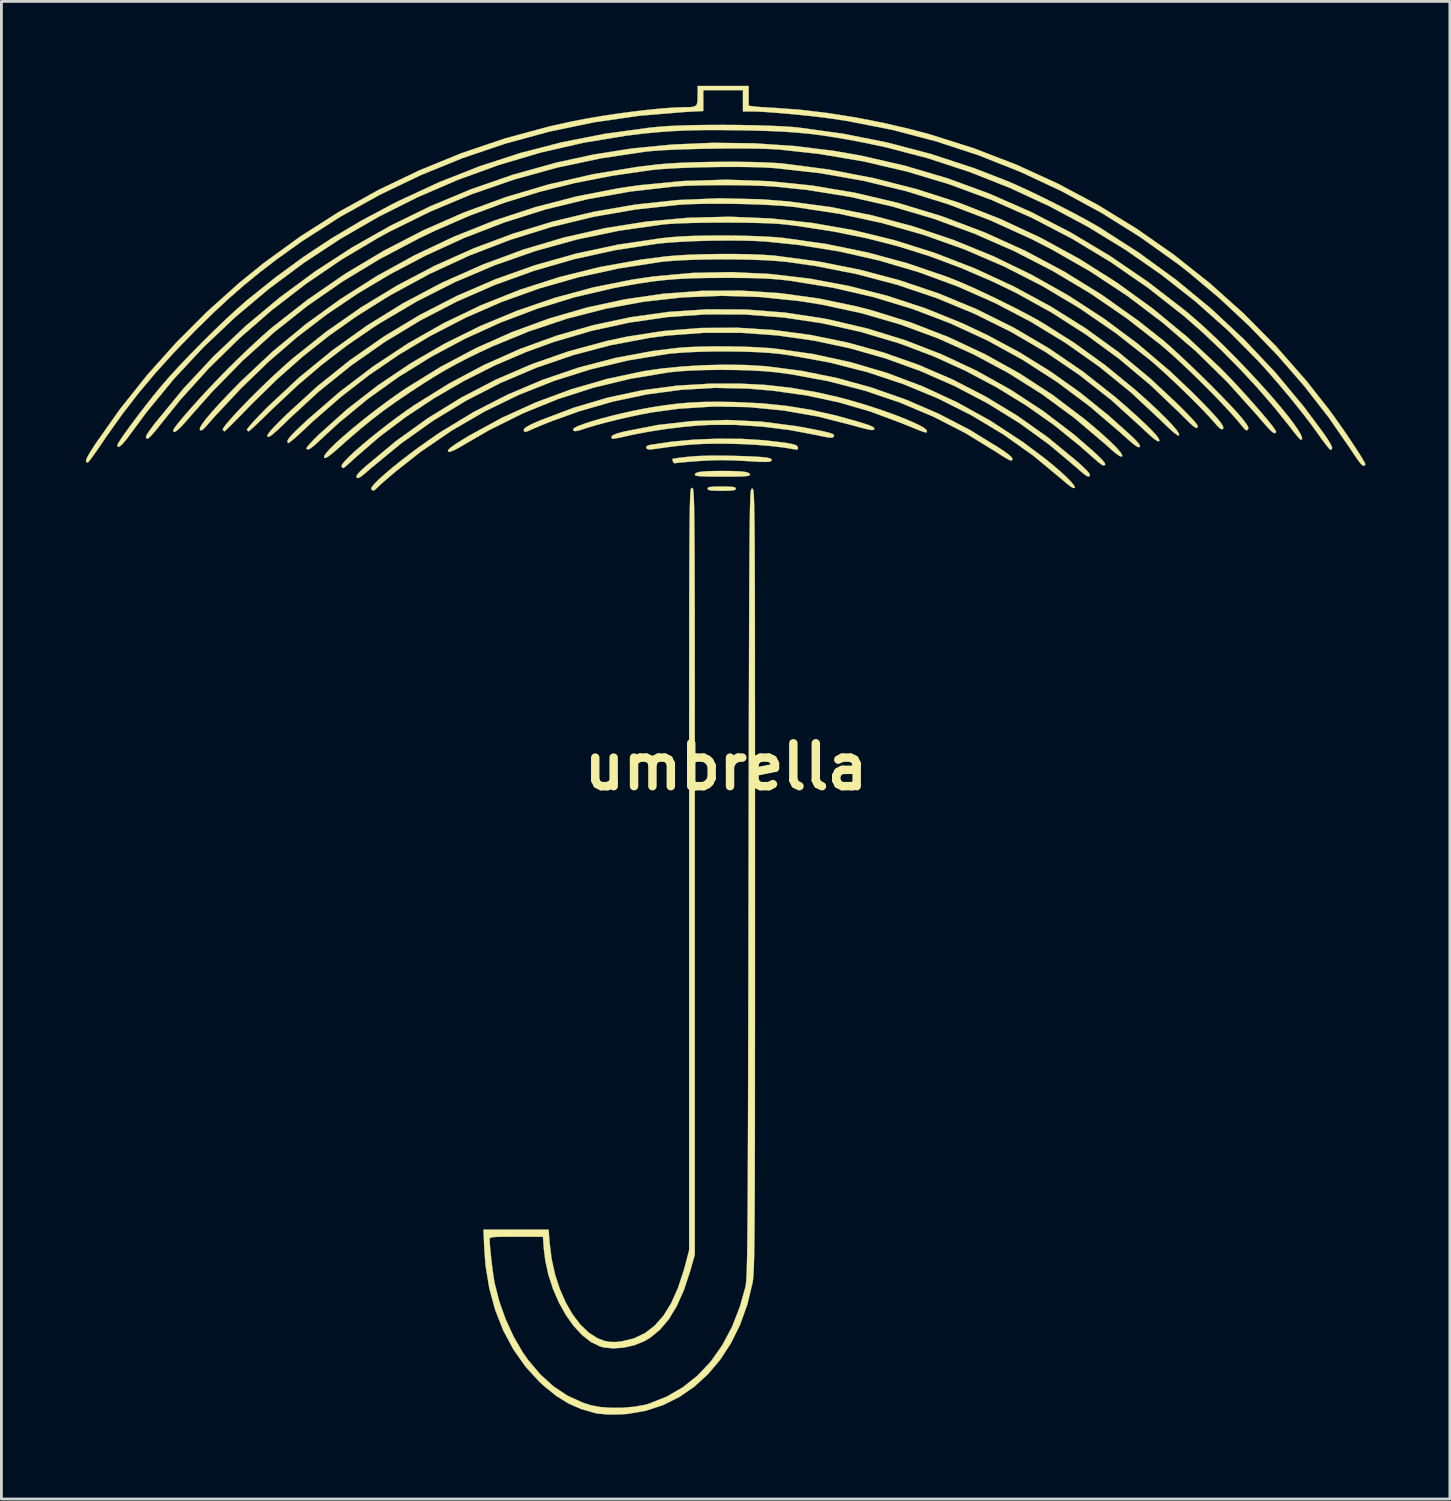
<source format=kicad_pcb>
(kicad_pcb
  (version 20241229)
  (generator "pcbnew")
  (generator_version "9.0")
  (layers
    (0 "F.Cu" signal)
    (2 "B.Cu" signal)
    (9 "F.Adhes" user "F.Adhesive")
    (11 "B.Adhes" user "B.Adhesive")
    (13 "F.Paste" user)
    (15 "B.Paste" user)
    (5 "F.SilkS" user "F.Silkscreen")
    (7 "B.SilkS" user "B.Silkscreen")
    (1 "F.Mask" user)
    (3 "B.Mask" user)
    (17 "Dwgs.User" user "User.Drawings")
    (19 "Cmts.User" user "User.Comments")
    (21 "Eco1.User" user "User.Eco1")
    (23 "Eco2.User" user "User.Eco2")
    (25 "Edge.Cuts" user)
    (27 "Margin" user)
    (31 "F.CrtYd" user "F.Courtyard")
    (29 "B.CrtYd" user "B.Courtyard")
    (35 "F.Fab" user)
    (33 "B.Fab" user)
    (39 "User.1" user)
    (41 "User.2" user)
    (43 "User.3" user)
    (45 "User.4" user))
  (footprint "umbrella"
    (layer "F.Cu")
    (at 22.747 24.198)
    (property "Reference" "umbrella" (at 0 0 0) (layer "F.SilkS") (effects (font (size 1.524 1.524) (thickness 0.3))))
    (attr through_hole)
    (fp_poly (pts (xy 0.084 -9.956) (xy 0.234 -9.947) (xy 0.317 -9.929) (xy 0.35 -9.899) (xy 0.352 -9.883) (xy 0.335 -9.848) (xy 0.275 -9.826) (xy 0.153 -9.813) (xy -0.046 -9.808) (xy -0.151 -9.808) (xy -0.385 -9.81) (xy -0.536 -9.82) (xy -0.619 -9.838) (xy -0.651 -9.868) (xy -0.654 -9.883) (xy -0.637 -9.919) (xy -0.576 -9.941) (xy -0.455 -9.954) (xy -0.256 -9.958) (xy -0.151 -9.959) (xy 0.084 -9.956)) (stroke (width 0.01) (type solid)) (fill yes) (layer "F.SilkS"))
    (fp_poly (pts (xy 0.23 -10.509) (xy 0.495 -10.498) (xy 0.68 -10.479) (xy 0.794 -10.449) (xy 0.848 -10.408) (xy 0.855 -10.38) (xy 0.838 -10.356) (xy 0.78 -10.337) (xy 0.669 -10.325) (xy 0.493 -10.317) (xy 0.24 -10.312) (xy -0.1 -10.311) (xy -0.126 -10.311) (xy -0.472 -10.312) (xy -0.73 -10.316) (xy -0.911 -10.324) (xy -1.026 -10.336) (xy -1.087 -10.354) (xy -1.106 -10.378) (xy -1.107 -10.38) (xy -1.082 -10.428) (xy -1.003 -10.464) (xy -0.859 -10.488) (xy -0.64 -10.504) (xy -0.337 -10.511) (xy -0.126 -10.512) (xy 0.23 -10.509)) (stroke (width 0.01) (type solid)) (fill yes) (layer "F.SilkS"))
    (fp_poly (pts (xy 0.563 -11.653) (xy 1.371 -11.603) (xy 2.119 -11.512) (xy 2.187 -11.501) (xy 2.381 -11.463) (xy 2.495 -11.424) (xy 2.547 -11.376) (xy 2.557 -11.347) (xy 2.557 -11.285) (xy 2.505 -11.27) (xy 2.407 -11.286) (xy 2.043 -11.346) (xy 1.601 -11.398) (xy 1.107 -11.439) (xy 0.582 -11.467) (xy 0.051 -11.481) (xy -0.101 -11.482) (xy -0.473 -11.481) (xy -0.798 -11.474) (xy -1.1 -11.46) (xy -1.404 -11.436) (xy -1.732 -11.401) (xy -2.11 -11.353) (xy -2.561 -11.29) (xy -2.595 -11.285) (xy -2.739 -11.275) (xy -2.812 -11.301) (xy -2.831 -11.331) (xy -2.822 -11.392) (xy -2.728 -11.431) (xy -2.7 -11.437) (xy -1.936 -11.552) (xy -1.119 -11.627) (xy -0.276 -11.66) (xy 0.563 -11.653)) (stroke (width 0.01) (type solid)) (fill yes) (layer "F.SilkS"))
    (fp_poly (pts (xy -0.042 -11.056) (xy 0.302 -11.049) (xy 0.721 -11.036) (xy 1.048 -11.021) (xy 1.292 -11.005) (xy 1.463 -10.984) (xy 1.569 -10.958) (xy 1.619 -10.927) (xy 1.623 -10.888) (xy 1.616 -10.874) (xy 1.583 -10.851) (xy 1.512 -10.837) (xy 1.389 -10.833) (xy 1.2 -10.837) (xy 0.934 -10.851) (xy 0.704 -10.866) (xy 0.224 -10.89) (xy -0.205 -10.897) (xy -0.63 -10.885) (xy -0.975 -10.864) (xy -1.25 -10.843) (xy -1.489 -10.823) (xy -1.675 -10.805) (xy -1.789 -10.791) (xy -1.816 -10.785) (xy -1.86 -10.806) (xy -1.882 -10.846) (xy -1.902 -10.924) (xy -1.899 -10.943) (xy -1.846 -10.954) (xy -1.714 -10.973) (xy -1.524 -10.996) (xy -1.332 -11.018) (xy -0.987 -11.044) (xy -0.553 -11.057) (xy -0.042 -11.056)) (stroke (width 0.01) (type solid)) (fill yes) (layer "F.SilkS"))
    (fp_poly (pts (xy 1.265 -12.265) (xy 2.506 -12.105) (xy 2.978 -12.019) (xy 3.3 -11.954) (xy 3.535 -11.903) (xy 3.695 -11.862) (xy 3.791 -11.826) (xy 3.836 -11.793) (xy 3.841 -11.757) (xy 3.827 -11.727) (xy 3.791 -11.702) (xy 3.716 -11.696) (xy 3.585 -11.712) (xy 3.383 -11.751) (xy 3.214 -11.788) (xy 2.262 -11.967) (xy 1.294 -12.088) (xy 0.336 -12.15) (xy -0.585 -12.149) (xy -1.005 -12.126) (xy -1.569 -12.074) (xy -2.163 -11.999) (xy -2.751 -11.907) (xy -3.297 -11.803) (xy -3.633 -11.728) (xy -3.818 -11.687) (xy -3.962 -11.661) (xy -4.041 -11.657) (xy -4.048 -11.659) (xy -4.075 -11.721) (xy -4.023 -11.78) (xy -3.885 -11.84) (xy -3.654 -11.904) (xy -3.634 -11.909) (xy -2.427 -12.146) (xy -1.205 -12.285) (xy 0.027 -12.324) (xy 1.265 -12.265)) (stroke (width 0.01) (type solid)) (fill yes) (layer "F.SilkS"))
    (fp_poly (pts (xy 0.3 -12.962) (xy 1.255 -12.917) (xy 2.151 -12.826) (xy 3.022 -12.684) (xy 3.899 -12.486) (xy 4.602 -12.291) (xy 4.887 -12.205) (xy 5.085 -12.138) (xy 5.208 -12.085) (xy 5.268 -12.042) (xy 5.274 -12.002) (xy 5.253 -11.973) (xy 5.183 -11.966) (xy 5.026 -11.993) (xy 4.788 -12.052) (xy 4.526 -12.126) (xy 3.289 -12.443) (xy 2.048 -12.661) (xy 0.807 -12.781) (xy -0.431 -12.803) (xy -1.661 -12.725) (xy -2.606 -12.597) (xy -2.977 -12.528) (xy -3.389 -12.442) (xy -3.816 -12.345) (xy -4.232 -12.242) (xy -4.611 -12.141) (xy -4.926 -12.047) (xy -5.023 -12.015) (xy -5.224 -11.95) (xy -5.349 -11.926) (xy -5.413 -11.939) (xy -5.432 -11.991) (xy -5.432 -11.994) (xy -5.385 -12.044) (xy -5.251 -12.11) (xy -5.044 -12.188) (xy -4.776 -12.275) (xy -4.46 -12.367) (xy -4.108 -12.461) (xy -3.732 -12.553) (xy -3.346 -12.639) (xy -2.961 -12.717) (xy -2.666 -12.771) (xy -2.161 -12.849) (xy -1.696 -12.907) (xy -1.242 -12.945) (xy -0.773 -12.966) (xy -0.258 -12.97) (xy 0.3 -12.962)) (stroke (width 0.01) (type solid)) (fill yes) (layer "F.SilkS"))
    (fp_poly (pts (xy 1.431 -13.567) (xy 2.348 -13.463) (xy 3.261 -13.303) (xy 4.027 -13.127) (xy 4.426 -13.02) (xy 4.836 -12.9) (xy 5.246 -12.77) (xy 5.644 -12.635) (xy 6.018 -12.5) (xy 6.357 -12.368) (xy 6.649 -12.244) (xy 6.883 -12.133) (xy 7.046 -12.039) (xy 7.128 -11.967) (xy 7.134 -11.951) (xy 7.14 -11.912) (xy 7.135 -11.888) (xy 7.105 -11.881) (xy 7.04 -11.895) (xy 6.928 -11.933) (xy 6.757 -12) (xy 6.515 -12.098) (xy 6.213 -12.222) (xy 5.121 -12.627) (xy 4.012 -12.95) (xy 2.872 -13.194) (xy 1.686 -13.362) (xy 0.792 -13.439) (xy -0.39 -13.465) (xy -1.591 -13.396) (xy -2.802 -13.234) (xy -4.013 -12.979) (xy -5.216 -12.633) (xy -6.217 -12.272) (xy -6.461 -12.174) (xy -6.684 -12.082) (xy -6.863 -12.005) (xy -6.973 -11.955) (xy -6.978 -11.953) (xy -7.088 -11.908) (xy -7.157 -11.903) (xy -7.161 -11.906) (xy -7.19 -11.962) (xy -7.161 -12.022) (xy -7.063 -12.094) (xy -6.888 -12.184) (xy -6.627 -12.299) (xy -5.419 -12.757) (xy -4.206 -13.117) (xy -2.981 -13.379) (xy -1.735 -13.545) (xy -0.526 -13.616) (xy 0.483 -13.617) (xy 1.431 -13.567)) (stroke (width 0.01) (type solid)) (fill yes) (layer "F.SilkS"))
    (fp_poly (pts (xy 0.713 -14.278) (xy 1.39 -14.237) (xy 1.433 -14.233) (xy 2.692 -14.07) (xy 3.947 -13.816) (xy 5.184 -13.473) (xy 6.394 -13.048) (xy 7.565 -12.542) (xy 8.684 -11.962) (xy 9.742 -11.31) (xy 9.871 -11.223) (xy 10.058 -11.086) (xy 10.161 -10.988) (xy 10.186 -10.923) (xy 10.138 -10.882) (xy 10.131 -10.88) (xy 10.073 -10.9) (xy 9.951 -10.967) (xy 9.782 -11.07) (xy 9.591 -11.194) (xy 8.507 -11.859) (xy 7.365 -12.444) (xy 6.171 -12.947) (xy 4.93 -13.366) (xy 3.65 -13.699) (xy 2.335 -13.944) (xy 1.811 -14.015) (xy 1.392 -14.055) (xy 0.904 -14.084) (xy 0.372 -14.1) (xy -0.18 -14.105) (xy -0.726 -14.099) (xy -1.243 -14.08) (xy -1.705 -14.05) (xy -2.037 -14.015) (xy -3.391 -13.789) (xy -4.703 -13.473) (xy -5.974 -13.065) (xy -7.206 -12.564) (xy -8.4 -11.971) (xy -9.248 -11.481) (xy -9.502 -11.332) (xy -9.694 -11.234) (xy -9.817 -11.191) (xy -9.852 -11.192) (xy -9.883 -11.223) (xy -9.858 -11.275) (xy -9.771 -11.353) (xy -9.615 -11.464) (xy -9.383 -11.611) (xy -9.107 -11.778) (xy -7.957 -12.405) (xy -6.754 -12.951) (xy -5.509 -13.411) (xy -4.232 -13.782) (xy -2.938 -14.058) (xy -2.277 -14.154) (xy -1.551 -14.225) (xy -0.789 -14.271) (xy -0.024 -14.289) (xy 0.713 -14.278)) (stroke (width 0.01) (type solid)) (fill yes) (layer "F.SilkS"))
    (fp_poly (pts (xy 1.711 -15.519) (xy 3.018 -15.344) (xy 4.312 -15.079) (xy 5.587 -14.726) (xy 6.836 -14.287) (xy 8.053 -13.763) (xy 9.231 -13.156) (xy 10.364 -12.468) (xy 11.447 -11.701) (xy 12.471 -10.857) (xy 12.563 -10.775) (xy 12.749 -10.602) (xy 12.867 -10.482) (xy 12.924 -10.401) (xy 12.932 -10.348) (xy 12.922 -10.331) (xy 12.883 -10.312) (xy 12.817 -10.335) (xy 12.713 -10.41) (xy 12.556 -10.544) (xy 12.481 -10.612) (xy 11.478 -11.455) (xy 10.414 -12.224) (xy 9.295 -12.915) (xy 8.13 -13.527) (xy 6.924 -14.058) (xy 5.685 -14.506) (xy 4.419 -14.868) (xy 3.133 -15.143) (xy 1.835 -15.328) (xy 0.53 -15.422) (xy -0.774 -15.422) (xy -2.07 -15.326) (xy -2.716 -15.241) (xy -4.086 -14.983) (xy -5.425 -14.63) (xy -6.731 -14.183) (xy -7.998 -13.645) (xy -9.225 -13.015) (xy -10.408 -12.297) (xy -11.543 -11.491) (xy -12.628 -10.6) (xy -12.713 -10.525) (xy -12.885 -10.376) (xy -13 -10.29) (xy -13.073 -10.259) (xy -13.117 -10.273) (xy -13.121 -10.278) (xy -13.131 -10.325) (xy -13.092 -10.396) (xy -12.993 -10.504) (xy -12.824 -10.66) (xy -12.813 -10.67) (xy -11.726 -11.574) (xy -10.59 -12.391) (xy -9.405 -13.12) (xy -8.175 -13.759) (xy -6.9 -14.309) (xy -5.584 -14.767) (xy -4.227 -15.134) (xy -3.521 -15.285) (xy -2.225 -15.487) (xy -0.917 -15.593) (xy 0.397 -15.603) (xy 1.711 -15.519)) (stroke (width 0.01) (type solid)) (fill yes) (layer "F.SilkS"))
    (fp_poly (pts (xy 0.716 -16.249) (xy 2.084 -16.142) (xy 3.449 -15.936) (xy 3.672 -15.893) (xy 5.041 -15.57) (xy 6.376 -15.156) (xy 7.671 -14.654) (xy 8.922 -14.066) (xy 10.123 -13.396) (xy 11.269 -12.645) (xy 12.355 -11.817) (xy 13.01 -11.251) (xy 13.226 -11.052) (xy 13.371 -10.907) (xy 13.452 -10.808) (xy 13.477 -10.747) (xy 13.469 -10.726) (xy 13.42 -10.704) (xy 13.34 -10.74) (xy 13.212 -10.842) (xy 13.202 -10.852) (xy 13.068 -10.969) (xy 12.888 -11.127) (xy 12.691 -11.299) (xy 12.592 -11.386) (xy 11.672 -12.133) (xy 10.674 -12.836) (xy 9.613 -13.486) (xy 8.506 -14.074) (xy 7.369 -14.59) (xy 6.218 -15.025) (xy 6.136 -15.053) (xy 4.774 -15.458) (xy 3.407 -15.763) (xy 2.037 -15.967) (xy 0.668 -16.072) (xy -0.7 -16.077) (xy -2.064 -15.982) (xy -3.421 -15.787) (xy -4.771 -15.493) (xy -6.11 -15.099) (xy -7.117 -14.733) (xy -8.228 -14.256) (xy -9.32 -13.706) (xy -10.378 -13.092) (xy -11.385 -12.425) (xy -12.327 -11.715) (xy -13.186 -10.971) (xy -13.199 -10.959) (xy -13.357 -10.814) (xy -13.487 -10.698) (xy -13.573 -10.628) (xy -13.597 -10.613) (xy -13.645 -10.649) (xy -13.662 -10.673) (xy -13.644 -10.737) (xy -13.555 -10.851) (xy -13.402 -11.009) (xy -13.196 -11.203) (xy -12.945 -11.423) (xy -12.658 -11.664) (xy -12.346 -11.916) (xy -12.016 -12.173) (xy -11.68 -12.425) (xy -11.345 -12.666) (xy -11.046 -12.871) (xy -9.836 -13.622) (xy -8.592 -14.282) (xy -7.319 -14.848) (xy -6.02 -15.32) (xy -4.7 -15.698) (xy -3.362 -15.981) (xy -2.011 -16.168) (xy -0.65 -16.257) (xy 0.716 -16.249)) (stroke (width 0.01) (type solid)) (fill yes) (layer "F.SilkS"))
    (fp_poly (pts (xy 0.135 -14.938) (xy 0.652 -14.927) (xy 1.138 -14.907) (xy 1.569 -14.878) (xy 1.729 -14.863) (xy 3.087 -14.67) (xy 4.419 -14.381) (xy 5.721 -13.997) (xy 6.988 -13.52) (xy 8.217 -12.951) (xy 9.405 -12.292) (xy 10.547 -11.544) (xy 11.321 -10.965) (xy 11.619 -10.723) (xy 11.881 -10.498) (xy 12.099 -10.297) (xy 12.263 -10.13) (xy 12.366 -10.003) (xy 12.4 -9.925) (xy 12.394 -9.911) (xy 12.344 -9.905) (xy 12.251 -9.956) (xy 12.106 -10.068) (xy 11.941 -10.211) (xy 10.925 -11.053) (xy 9.851 -11.814) (xy 8.719 -12.493) (xy 7.535 -13.088) (xy 6.299 -13.6) (xy 5.015 -14.026) (xy 3.686 -14.365) (xy 2.313 -14.616) (xy 1.936 -14.669) (xy 1.557 -14.707) (xy 1.1 -14.735) (xy 0.591 -14.753) (xy 0.053 -14.76) (xy -0.492 -14.758) (xy -1.019 -14.745) (xy -1.504 -14.721) (xy -1.925 -14.688) (xy -2.087 -14.669) (xy -3.462 -14.443) (xy -4.8 -14.126) (xy -6.098 -13.717) (xy -7.355 -13.219) (xy -8.566 -12.632) (xy -9.731 -11.957) (xy -10.845 -11.195) (xy -11.715 -10.511) (xy -11.928 -10.332) (xy -12.119 -10.167) (xy -12.273 -10.031) (xy -12.372 -9.939) (xy -12.393 -9.916) (xy -12.492 -9.826) (xy -12.562 -9.82) (xy -12.606 -9.868) (xy -12.589 -9.933) (xy -12.498 -10.048) (xy -12.343 -10.204) (xy -12.132 -10.395) (xy -11.875 -10.614) (xy -11.579 -10.852) (xy -11.256 -11.102) (xy -10.913 -11.357) (xy -10.559 -11.609) (xy -10.204 -11.852) (xy -10.135 -11.898) (xy -8.976 -12.602) (xy -7.77 -13.22) (xy -6.522 -13.749) (xy -5.24 -14.186) (xy -3.931 -14.53) (xy -2.601 -14.777) (xy -1.71 -14.887) (xy -1.334 -14.914) (xy -0.883 -14.932) (xy -0.385 -14.94) (xy 0.135 -14.938)) (stroke (width 0.01) (type solid)) (fill yes) (layer "F.SilkS"))
    (fp_poly (pts (xy 1.596 -17.51) (xy 2.987 -17.346) (xy 4.37 -17.087) (xy 5.739 -16.736) (xy 7.086 -16.293) (xy 8.405 -15.759) (xy 9.3 -15.336) (xy 10.453 -14.716) (xy 11.544 -14.04) (xy 12.59 -13.297) (xy 13.608 -12.474) (xy 14.36 -11.801) (xy 14.542 -11.626) (xy 14.655 -11.505) (xy 14.708 -11.424) (xy 14.71 -11.375) (xy 14.702 -11.364) (xy 14.663 -11.355) (xy 14.593 -11.387) (xy 14.482 -11.467) (xy 14.32 -11.603) (xy 14.099 -11.801) (xy 14.049 -11.847) (xy 12.928 -12.806) (xy 11.76 -13.678) (xy 10.545 -14.46) (xy 9.284 -15.153) (xy 7.977 -15.756) (xy 6.627 -16.27) (xy 5.233 -16.693) (xy 3.796 -17.025) (xy 2.319 -17.266) (xy 2.163 -17.285) (xy 1.892 -17.315) (xy 1.608 -17.338) (xy 1.295 -17.355) (xy 0.936 -17.366) (xy 0.513 -17.372) (xy 0.01 -17.374) (xy -0.101 -17.374) (xy -0.725 -17.37) (xy -1.274 -17.356) (xy -1.771 -17.33) (xy -2.24 -17.29) (xy -2.707 -17.233) (xy -3.194 -17.158) (xy -3.727 -17.061) (xy -4.049 -16.998) (xy -5.388 -16.683) (xy -6.708 -16.278) (xy -8.002 -15.789) (xy -9.26 -15.218) (xy -10.473 -14.571) (xy -11.634 -13.853) (xy -12.733 -13.067) (xy -13.761 -12.219) (xy -14.244 -11.775) (xy -14.469 -11.563) (xy -14.633 -11.415) (xy -14.749 -11.323) (xy -14.826 -11.28) (xy -14.876 -11.279) (xy -14.909 -11.31) (xy -14.885 -11.36) (xy -14.8 -11.463) (xy -14.668 -11.606) (xy -14.5 -11.774) (xy -14.472 -11.801) (xy -13.451 -12.716) (xy -12.359 -13.562) (xy -11.204 -14.338) (xy -9.994 -15.039) (xy -8.734 -15.662) (xy -7.432 -16.204) (xy -6.095 -16.662) (xy -4.731 -17.032) (xy -3.345 -17.311) (xy -2.56 -17.426) (xy -1.185 -17.551) (xy 0.203 -17.579) (xy 1.596 -17.51)) (stroke (width 0.01) (type solid)) (fill yes) (layer "F.SilkS"))
    (fp_poly (pts (xy 1.915 -16.831) (xy 3.292 -16.643) (xy 4.661 -16.357) (xy 5.19 -16.219) (xy 6.572 -15.788) (xy 7.909 -15.269) (xy 9.197 -14.666) (xy 10.433 -13.98) (xy 11.611 -13.213) (xy 12.728 -12.366) (xy 12.734 -12.362) (xy 13.095 -12.062) (xy 13.408 -11.789) (xy 13.669 -11.548) (xy 13.872 -11.346) (xy 14.01 -11.189) (xy 14.078 -11.081) (xy 14.079 -11.035) (xy 14.042 -11.022) (xy 13.975 -11.051) (xy 13.867 -11.127) (xy 13.71 -11.258) (xy 13.492 -11.453) (xy 13.463 -11.479) (xy 12.377 -12.399) (xy 11.235 -13.237) (xy 10.041 -13.989) (xy 8.8 -14.655) (xy 7.514 -15.233) (xy 6.188 -15.72) (xy 4.824 -16.116) (xy 3.428 -16.419) (xy 2.615 -16.549) (xy 1.232 -16.693) (xy -0.153 -16.736) (xy -1.537 -16.681) (xy -2.916 -16.527) (xy -4.286 -16.275) (xy -5.643 -15.925) (xy -6.984 -15.479) (xy -8.305 -14.937) (xy -8.741 -14.734) (xy -9.182 -14.519) (xy -9.578 -14.315) (xy -9.952 -14.108) (xy -10.33 -13.885) (xy -10.735 -13.631) (xy -11.194 -13.332) (xy -11.241 -13.3) (xy -11.724 -12.973) (xy -12.155 -12.665) (xy -12.561 -12.355) (xy -12.97 -12.022) (xy -13.408 -11.646) (xy -13.631 -11.448) (xy -13.863 -11.244) (xy -14.032 -11.102) (xy -14.15 -11.015) (xy -14.226 -10.976) (xy -14.271 -10.977) (xy -14.281 -10.986) (xy -14.273 -11.051) (xy -14.19 -11.168) (xy -14.043 -11.328) (xy -13.84 -11.525) (xy -13.588 -11.751) (xy -13.297 -12) (xy -12.975 -12.265) (xy -12.631 -12.537) (xy -12.273 -12.811) (xy -11.91 -13.078) (xy -11.549 -13.331) (xy -11.367 -13.454) (xy -10.145 -14.21) (xy -8.888 -14.876) (xy -7.599 -15.449) (xy -6.285 -15.93) (xy -4.948 -16.318) (xy -3.593 -16.612) (xy -2.225 -16.81) (xy -0.848 -16.914) (xy 0.533 -16.921) (xy 1.915 -16.831)) (stroke (width 0.01) (type solid)) (fill yes) (layer "F.SilkS"))
    (fp_poly (pts (xy 0.805 -18.214) (xy 1.266 -18.196) (xy 1.656 -18.17) (xy 1.735 -18.163) (xy 3.26 -17.961) (xy 4.742 -17.668) (xy 6.181 -17.286) (xy 7.575 -16.815) (xy 8.924 -16.254) (xy 10.226 -15.606) (xy 11.48 -14.869) (xy 12.684 -14.046) (xy 13.838 -13.136) (xy 14.197 -12.825) (xy 14.59 -12.473) (xy 14.905 -12.181) (xy 15.142 -11.947) (xy 15.303 -11.769) (xy 15.389 -11.647) (xy 15.402 -11.579) (xy 15.393 -11.57) (xy 15.344 -11.57) (xy 15.259 -11.618) (xy 15.131 -11.721) (xy 14.949 -11.886) (xy 14.764 -12.062) (xy 13.689 -13.034) (xy 12.555 -13.925) (xy 11.365 -14.734) (xy 10.121 -15.459) (xy 8.826 -16.1) (xy 7.483 -16.656) (xy 6.095 -17.124) (xy 4.664 -17.504) (xy 3.193 -17.794) (xy 2.163 -17.941) (xy 1.8 -17.975) (xy 1.361 -18.002) (xy 0.866 -18.02) (xy 0.335 -18.03) (xy -0.21 -18.032) (xy -0.749 -18.027) (xy -1.262 -18.013) (xy -1.727 -17.991) (xy -2.125 -17.961) (xy -2.314 -17.941) (xy -3.804 -17.709) (xy -5.237 -17.397) (xy -6.619 -17.002) (xy -7.954 -16.524) (xy -9.248 -15.961) (xy -10.507 -15.31) (xy -10.53 -15.297) (xy -11.628 -14.639) (xy -12.675 -13.924) (xy -13.688 -13.139) (xy -14.683 -12.27) (xy -15.019 -11.955) (xy -15.204 -11.783) (xy -15.364 -11.642) (xy -15.485 -11.545) (xy -15.552 -11.503) (xy -15.56 -11.503) (xy -15.584 -11.545) (xy -15.575 -11.601) (xy -15.526 -11.681) (xy -15.429 -11.794) (xy -15.277 -11.949) (xy -15.061 -12.154) (xy -14.876 -12.327) (xy -13.728 -13.323) (xy -12.535 -14.23) (xy -11.298 -15.046) (xy -10.017 -15.772) (xy -8.693 -16.407) (xy -7.328 -16.95) (xy -5.923 -17.402) (xy -4.478 -17.761) (xy -2.995 -18.027) (xy -2.112 -18.139) (xy -1.727 -18.172) (xy -1.27 -18.197) (xy -0.764 -18.214) (xy -0.234 -18.222) (xy 0.297 -18.222) (xy 0.805 -18.214)) (stroke (width 0.01) (type solid)) (fill yes) (layer "F.SilkS"))
    (fp_poly (pts (xy 1.596 -19.486) (xy 3.065 -19.327) (xy 4.527 -19.07) (xy 5.979 -18.716) (xy 7.416 -18.263) (xy 8.837 -17.713) (xy 10.233 -17.066) (xy 11.54 -16.359) (xy 12.777 -15.584) (xy 13.953 -14.733) (xy 15.075 -13.802) (xy 15.967 -12.97) (xy 16.242 -12.698) (xy 16.45 -12.487) (xy 16.6 -12.328) (xy 16.698 -12.214) (xy 16.752 -12.136) (xy 16.768 -12.085) (xy 16.759 -12.059) (xy 16.726 -12.041) (xy 16.673 -12.059) (xy 16.589 -12.12) (xy 16.464 -12.233) (xy 16.289 -12.405) (xy 16.133 -12.563) (xy 15.089 -13.559) (xy 13.974 -14.493) (xy 12.798 -15.356) (xy 11.572 -16.141) (xy 10.308 -16.841) (xy 9.478 -17.242) (xy 8.352 -17.727) (xy 7.242 -18.142) (xy 6.127 -18.493) (xy 4.987 -18.785) (xy 3.802 -19.024) (xy 2.552 -19.216) (xy 2.087 -19.274) (xy 1.837 -19.296) (xy 1.504 -19.313) (xy 1.107 -19.326) (xy 0.664 -19.335) (xy 0.191 -19.339) (xy -0.291 -19.339) (xy -0.767 -19.334) (xy -1.216 -19.325) (xy -1.623 -19.312) (xy -1.967 -19.295) (xy -2.233 -19.273) (xy -2.238 -19.272) (xy -3.781 -19.053) (xy -5.291 -18.738) (xy -6.767 -18.329) (xy -8.207 -17.827) (xy -9.61 -17.232) (xy -10.974 -16.544) (xy -12.297 -15.764) (xy -12.545 -15.605) (xy -13.474 -14.967) (xy -14.362 -14.287) (xy -15.231 -13.546) (xy -16.103 -12.728) (xy -16.144 -12.687) (xy -16.374 -12.463) (xy -16.581 -12.264) (xy -16.752 -12.102) (xy -16.879 -11.986) (xy -16.949 -11.926) (xy -16.959 -11.92) (xy -17.015 -11.956) (xy -17.025 -11.971) (xy -17.001 -12.019) (xy -16.913 -12.127) (xy -16.774 -12.283) (xy -16.592 -12.477) (xy -16.378 -12.697) (xy -16.287 -12.788) (xy -15.17 -13.832) (xy -13.996 -14.793) (xy -12.767 -15.672) (xy -11.484 -16.466) (xy -10.15 -17.173) (xy -10.034 -17.229) (xy -8.623 -17.854) (xy -7.193 -18.382) (xy -5.748 -18.811) (xy -4.291 -19.142) (xy -2.824 -19.375) (xy -1.352 -19.51) (xy 0.122 -19.547) (xy 1.596 -19.486)) (stroke (width 0.01) (type solid)) (fill yes) (layer "F.SilkS"))
    (fp_poly (pts (xy 0.302 -18.876) (xy 0.817 -18.865) (xy 1.3 -18.847) (xy 1.728 -18.822) (xy 2.05 -18.793) (xy 3.552 -18.581) (xy 5.022 -18.28) (xy 6.452 -17.892) (xy 7.835 -17.419) (xy 8.093 -17.319) (xy 8.457 -17.168) (xy 8.884 -16.978) (xy 9.348 -16.761) (xy 9.826 -16.529) (xy 10.294 -16.295) (xy 10.726 -16.069) (xy 11.1 -15.864) (xy 11.231 -15.788) (xy 12.376 -15.066) (xy 13.47 -14.276) (xy 14.533 -13.406) (xy 14.971 -13.016) (xy 15.324 -12.688) (xy 15.615 -12.404) (xy 15.842 -12.167) (xy 16.002 -11.982) (xy 16.091 -11.851) (xy 16.105 -11.779) (xy 16.097 -11.77) (xy 16.033 -11.789) (xy 15.906 -11.884) (xy 15.716 -12.055) (xy 15.461 -12.303) (xy 15.446 -12.318) (xy 14.389 -13.304) (xy 13.267 -14.216) (xy 12.086 -15.05) (xy 10.849 -15.805) (xy 9.563 -16.479) (xy 8.231 -17.069) (xy 6.858 -17.573) (xy 5.45 -17.989) (xy 4.012 -18.316) (xy 2.547 -18.549) (xy 1.408 -18.665) (xy 1.005 -18.687) (xy 0.53 -18.699) (xy 0.007 -18.701) (xy -0.537 -18.695) (xy -1.079 -18.68) (xy -1.595 -18.656) (xy -2.058 -18.625) (xy -2.439 -18.588) (xy -3.931 -18.359) (xy -5.394 -18.038) (xy -6.823 -17.624) (xy -8.215 -17.122) (xy -9.565 -16.532) (xy -10.869 -15.856) (xy -12.124 -15.097) (xy -13.324 -14.256) (xy -14.467 -13.336) (xy -15.497 -12.387) (xy -15.752 -12.139) (xy -15.946 -11.955) (xy -16.088 -11.83) (xy -16.185 -11.755) (xy -16.248 -11.725) (xy -16.284 -11.731) (xy -16.289 -11.735) (xy -16.296 -11.772) (xy -16.266 -11.835) (xy -16.192 -11.93) (xy -16.067 -12.068) (xy -15.882 -12.256) (xy -15.631 -12.504) (xy -15.63 -12.506) (xy -14.522 -13.52) (xy -13.358 -14.452) (xy -12.141 -15.299) (xy -10.873 -16.061) (xy -9.556 -16.737) (xy -8.192 -17.325) (xy -6.785 -17.825) (xy -5.336 -18.234) (xy -3.848 -18.553) (xy -2.323 -18.78) (xy -1.987 -18.817) (xy -1.641 -18.844) (xy -1.217 -18.864) (xy -0.737 -18.875) (xy -0.223 -18.879) (xy 0.302 -18.876)) (stroke (width 0.01) (type solid)) (fill yes) (layer "F.SilkS"))
    (fp_poly (pts (xy 1.252 -20.167) (xy 2.221 -20.091) (xy 3.719 -19.891) (xy 5.2 -19.594) (xy 6.66 -19.202) (xy 8.093 -18.719) (xy 9.493 -18.147) (xy 10.853 -17.489) (xy 12.17 -16.747) (xy 13.436 -15.924) (xy 14.646 -15.023) (xy 15.794 -14.047) (xy 16.575 -13.304) (xy 16.91 -12.967) (xy 17.177 -12.691) (xy 17.381 -12.472) (xy 17.527 -12.302) (xy 17.621 -12.176) (xy 17.668 -12.086) (xy 17.673 -12.028) (xy 17.66 -12.007) (xy 17.614 -11.992) (xy 17.544 -12.033) (xy 17.437 -12.14) (xy 17.343 -12.248) (xy 17.153 -12.46) (xy 16.904 -12.722) (xy 16.611 -13.019) (xy 16.292 -13.332) (xy 15.963 -13.648) (xy 15.641 -13.949) (xy 15.342 -14.22) (xy 15.088 -14.44) (xy 13.853 -15.41) (xy 12.574 -16.29) (xy 11.252 -17.079) (xy 9.887 -17.777) (xy 8.48 -18.384) (xy 7.032 -18.899) (xy 5.544 -19.322) (xy 4.017 -19.653) (xy 2.452 -19.891) (xy 2.393 -19.898) (xy 2.034 -19.932) (xy 1.596 -19.961) (xy 1.103 -19.983) (xy 0.578 -19.999) (xy 0.042 -20.008) (xy -0.482 -20.009) (xy -0.971 -20.002) (xy -1.402 -19.988) (xy -1.66 -19.972) (xy -3.2 -19.805) (xy -4.718 -19.541) (xy -6.212 -19.179) (xy -7.678 -18.721) (xy -9.115 -18.168) (xy -10.52 -17.52) (xy -11.888 -16.779) (xy -12.096 -16.656) (xy -13.13 -16.006) (xy -14.102 -15.32) (xy -15.032 -14.583) (xy -15.94 -13.781) (xy -16.846 -12.897) (xy -16.965 -12.774) (xy -17.198 -12.534) (xy -17.409 -12.32) (xy -17.586 -12.142) (xy -17.72 -12.01) (xy -17.801 -11.935) (xy -17.82 -11.92) (xy -17.87 -11.956) (xy -17.882 -11.972) (xy -17.863 -12.032) (xy -17.778 -12.151) (xy -17.637 -12.319) (xy -17.448 -12.53) (xy -17.22 -12.772) (xy -16.961 -13.038) (xy -16.68 -13.319) (xy -16.386 -13.606) (xy -16.088 -13.889) (xy -15.794 -14.16) (xy -15.513 -14.411) (xy -15.388 -14.518) (xy -14.203 -15.463) (xy -12.963 -16.328) (xy -11.674 -17.11) (xy -10.342 -17.808) (xy -8.971 -18.421) (xy -7.567 -18.946) (xy -6.135 -19.382) (xy -4.681 -19.727) (xy -3.21 -19.98) (xy -1.727 -20.139) (xy -0.238 -20.202) (xy 1.252 -20.167)) (stroke (width 0.01) (type solid)) (fill yes) (layer "F.SilkS"))
    (fp_poly (pts (xy 1.548 -20.809) (xy 3.068 -20.654) (xy 4.583 -20.399) (xy 6.093 -20.044) (xy 7.596 -19.588) (xy 7.736 -19.541) (xy 9.213 -18.981) (xy 10.644 -18.332) (xy 12.028 -17.593) (xy 13.367 -16.765) (xy 14.659 -15.847) (xy 15.517 -15.169) (xy 15.746 -14.972) (xy 16.022 -14.722) (xy 16.331 -14.433) (xy 16.661 -14.118) (xy 16.998 -13.79) (xy 17.329 -13.461) (xy 17.639 -13.146) (xy 17.916 -12.858) (xy 18.146 -12.61) (xy 18.315 -12.414) (xy 18.325 -12.402) (xy 18.463 -12.226) (xy 18.54 -12.108) (xy 18.566 -12.032) (xy 18.55 -11.984) (xy 18.502 -11.953) (xy 18.443 -11.986) (xy 18.362 -12.081) (xy 18.163 -12.322) (xy 17.901 -12.616) (xy 17.592 -12.948) (xy 17.248 -13.303) (xy 16.883 -13.669) (xy 16.512 -14.03) (xy 16.149 -14.374) (xy 15.807 -14.686) (xy 15.5 -14.952) (xy 15.466 -14.981) (xy 14.232 -15.944) (xy 12.945 -16.824) (xy 11.612 -17.619) (xy 10.236 -18.327) (xy 8.823 -18.947) (xy 7.378 -19.476) (xy 5.904 -19.912) (xy 4.408 -20.253) (xy 2.893 -20.498) (xy 1.713 -20.62) (xy 1.355 -20.641) (xy 0.926 -20.657) (xy 0.451 -20.666) (xy -0.046 -20.67) (xy -0.542 -20.667) (xy -1.013 -20.659) (xy -1.436 -20.645) (xy -1.786 -20.624) (xy -1.836 -20.62) (xy -3.399 -20.441) (xy -4.923 -20.169) (xy -6.415 -19.804) (xy -7.879 -19.343) (xy -9.319 -18.786) (xy -10.688 -18.158) (xy -11.922 -17.509) (xy -13.082 -16.819) (xy -14.18 -16.079) (xy -15.228 -15.278) (xy -16.237 -14.408) (xy -17.221 -13.459) (xy -18.191 -12.422) (xy -18.491 -12.081) (xy -18.591 -11.98) (xy -18.657 -11.953) (xy -18.695 -11.975) (xy -18.692 -12.043) (xy -18.617 -12.174) (xy -18.473 -12.366) (xy -18.263 -12.615) (xy -17.989 -12.918) (xy -17.654 -13.271) (xy -17.261 -13.672) (xy -17.227 -13.706) (xy -16.116 -14.751) (xy -14.937 -15.724) (xy -13.698 -16.622) (xy -12.403 -17.442) (xy -11.059 -18.181) (xy -9.672 -18.836) (xy -8.246 -19.405) (xy -6.789 -19.884) (xy -5.307 -20.27) (xy -3.804 -20.562) (xy -3.051 -20.67) (xy -1.512 -20.817) (xy 0.021 -20.863) (xy 1.548 -20.809)) (stroke (width 0.01) (type solid)) (fill yes) (layer "F.SilkS"))
    (fp_poly (pts (xy 0.983 -22.156) (xy 2.42 -22.061) (xy 3.826 -21.889) (xy 4.778 -21.723) (xy 6.344 -21.364) (xy 7.874 -20.911) (xy 9.37 -20.363) (xy 10.83 -19.721) (xy 12.255 -18.985) (xy 13.644 -18.156) (xy 14.997 -17.232) (xy 16.314 -16.215) (xy 16.422 -16.125) (xy 16.741 -15.852) (xy 17.079 -15.547) (xy 17.43 -15.216) (xy 17.788 -14.866) (xy 18.146 -14.504) (xy 18.499 -14.137) (xy 18.842 -13.771) (xy 19.167 -13.412) (xy 19.47 -13.068) (xy 19.744 -12.745) (xy 19.983 -12.45) (xy 20.181 -12.189) (xy 20.334 -11.969) (xy 20.433 -11.797) (xy 20.475 -11.679) (xy 20.452 -11.623) (xy 20.428 -11.619) (xy 20.385 -11.656) (xy 20.295 -11.759) (xy 20.17 -11.912) (xy 20.025 -12.099) (xy 20.017 -12.109) (xy 19.485 -12.773) (xy 18.888 -13.463) (xy 18.245 -14.156) (xy 17.58 -14.828) (xy 16.914 -15.458) (xy 16.271 -16.02) (xy 14.993 -17.023) (xy 13.669 -17.938) (xy 12.301 -18.763) (xy 10.891 -19.498) (xy 9.442 -20.141) (xy 7.958 -20.692) (xy 6.44 -21.149) (xy 4.892 -21.512) (xy 3.315 -21.778) (xy 1.89 -21.934) (xy 1.587 -21.952) (xy 1.205 -21.964) (xy 0.761 -21.971) (xy 0.275 -21.973) (xy -0.237 -21.97) (xy -0.756 -21.962) (xy -1.265 -21.949) (xy -1.745 -21.933) (xy -2.179 -21.913) (xy -2.549 -21.889) (xy -2.837 -21.862) (xy -2.846 -21.861) (xy -4.452 -21.62) (xy -6.015 -21.288) (xy -7.54 -20.864) (xy -9.031 -20.348) (xy -10.493 -19.736) (xy -11.931 -19.029) (xy -12.373 -18.789) (xy -13.671 -18.016) (xy -14.929 -17.159) (xy -16.139 -16.226) (xy -17.29 -15.225) (xy -18.374 -14.163) (xy -19.382 -13.048) (xy -20.151 -12.093) (xy -20.294 -11.913) (xy -20.42 -11.771) (xy -20.514 -11.681) (xy -20.56 -11.657) (xy -20.603 -11.681) (xy -20.611 -11.725) (xy -20.58 -11.8) (xy -20.502 -11.921) (xy -20.371 -12.099) (xy -20.265 -12.237) (xy -19.271 -13.447) (xy -18.202 -14.592) (xy -17.064 -15.668) (xy -15.861 -16.673) (xy -14.599 -17.604) (xy -13.282 -18.458) (xy -11.915 -19.231) (xy -10.502 -19.922) (xy -9.049 -20.527) (xy -7.559 -21.043) (xy -6.039 -21.467) (xy -4.703 -21.758) (xy -3.329 -21.974) (xy -1.911 -22.112) (xy -0.467 -22.173) (xy 0.983 -22.156)) (stroke (width 0.01) (type solid)) (fill yes) (layer "F.SilkS"))
    (fp_poly (pts (xy 0.44 -21.497) (xy 0.947 -21.49) (xy 1.408 -21.476) (xy 1.804 -21.455) (xy 2.037 -21.436) (xy 3.658 -21.224) (xy 5.244 -20.92) (xy 6.793 -20.523) (xy 8.302 -20.037) (xy 9.769 -19.46) (xy 11.191 -18.796) (xy 12.567 -18.044) (xy 13.893 -17.206) (xy 15.168 -16.283) (xy 16.389 -15.276) (xy 17.554 -14.187) (xy 17.557 -14.184) (xy 17.79 -13.946) (xy 18.04 -13.684) (xy 18.298 -13.407) (xy 18.553 -13.125) (xy 18.798 -12.849) (xy 19.023 -12.59) (xy 19.22 -12.357) (xy 19.378 -12.162) (xy 19.49 -12.013) (xy 19.546 -11.922) (xy 19.551 -11.901) (xy 19.525 -11.859) (xy 19.481 -11.856) (xy 19.412 -11.899) (xy 19.308 -11.997) (xy 19.162 -12.156) (xy 18.966 -12.383) (xy 18.861 -12.507) (xy 17.812 -13.675) (xy 16.694 -14.77) (xy 15.51 -15.789) (xy 14.262 -16.733) (xy 12.952 -17.597) (xy 11.582 -18.382) (xy 10.839 -18.762) (xy 9.381 -19.424) (xy 7.907 -19.987) (xy 6.414 -20.452) (xy 4.9 -20.82) (xy 3.359 -21.092) (xy 1.79 -21.269) (xy 1.66 -21.279) (xy 1.314 -21.299) (xy 0.894 -21.311) (xy 0.421 -21.317) (xy -0.086 -21.316) (xy -0.606 -21.309) (xy -1.121 -21.296) (xy -1.61 -21.279) (xy -2.053 -21.256) (xy -2.431 -21.228) (xy -2.666 -21.203) (xy -4.054 -21.001) (xy -5.371 -20.743) (xy -6.637 -20.427) (xy -7.869 -20.045) (xy -9.085 -19.594) (xy -10.302 -19.067) (xy -10.94 -18.762) (xy -12.324 -18.032) (xy -13.632 -17.239) (xy -14.872 -16.379) (xy -16.049 -15.446) (xy -17.172 -14.434) (xy -18.248 -13.337) (xy -18.983 -12.51) (xy -19.212 -12.246) (xy -19.387 -12.058) (xy -19.512 -11.943) (xy -19.592 -11.895) (xy -19.633 -11.911) (xy -19.641 -11.957) (xy -19.607 -12.024) (xy -19.512 -12.154) (xy -19.364 -12.337) (xy -19.173 -12.562) (xy -18.945 -12.819) (xy -18.692 -13.1) (xy -18.421 -13.394) (xy -18.14 -13.69) (xy -17.86 -13.981) (xy -17.633 -14.21) (xy -17.345 -14.493) (xy -17.043 -14.783) (xy -16.744 -15.063) (xy -16.469 -15.315) (xy -16.236 -15.522) (xy -16.145 -15.599) (xy -14.867 -16.599) (xy -13.544 -17.51) (xy -12.176 -18.33) (xy -10.766 -19.059) (xy -9.315 -19.697) (xy -7.826 -20.243) (xy -6.298 -20.696) (xy -4.735 -21.055) (xy -3.138 -21.32) (xy -2.414 -21.407) (xy -2.062 -21.437) (xy -1.633 -21.462) (xy -1.148 -21.48) (xy -0.628 -21.492) (xy -0.091 -21.498) (xy 0.44 -21.497)) (stroke (width 0.01) (type solid)) (fill yes) (layer "F.SilkS"))
    (fp_poly (pts (xy 0.469 -22.806) (xy 1.01 -22.796) (xy 1.518 -22.781) (xy 1.976 -22.761) (xy 2.364 -22.736) (xy 2.565 -22.717) (xy 4.161 -22.497) (xy 5.725 -22.186) (xy 7.266 -21.781) (xy 8.794 -21.281) (xy 9.984 -20.821) (xy 10.311 -20.68) (xy 10.702 -20.5) (xy 11.137 -20.292) (xy 11.593 -20.067) (xy 12.048 -19.836) (xy 12.483 -19.609) (xy 12.874 -19.397) (xy 13.2 -19.212) (xy 13.278 -19.165) (xy 14.677 -18.266) (xy 16.002 -17.301) (xy 17.251 -16.27) (xy 18.423 -15.176) (xy 19.518 -14.018) (xy 20.535 -12.797) (xy 21.228 -11.866) (xy 21.393 -11.625) (xy 21.496 -11.452) (xy 21.54 -11.34) (xy 21.529 -11.281) (xy 21.478 -11.267) (xy 21.434 -11.305) (xy 21.346 -11.411) (xy 21.227 -11.568) (xy 21.092 -11.757) (xy 20.791 -12.172) (xy 20.435 -12.634) (xy 20.042 -13.123) (xy 19.628 -13.616) (xy 19.212 -14.093) (xy 18.9 -14.435) (xy 17.832 -15.513) (xy 16.688 -16.531) (xy 15.475 -17.484) (xy 14.201 -18.369) (xy 12.873 -19.182) (xy 11.498 -19.918) (xy 10.084 -20.573) (xy 8.638 -21.144) (xy 7.168 -21.626) (xy 5.681 -22.015) (xy 4.929 -22.174) (xy 4.36 -22.282) (xy 3.853 -22.37) (xy 3.386 -22.441) (xy 2.937 -22.497) (xy 2.486 -22.539) (xy 2.011 -22.571) (xy 1.491 -22.594) (xy 0.905 -22.611) (xy 0.519 -22.618) (xy -0.191 -22.626) (xy -0.823 -22.625) (xy -1.395 -22.612) (xy -1.931 -22.587) (xy -2.449 -22.549) (xy -2.972 -22.497) (xy -3.519 -22.43) (xy -3.543 -22.427) (xy -5.067 -22.175) (xy -6.576 -21.828) (xy -8.063 -21.388) (xy -9.524 -20.858) (xy -10.954 -20.242) (xy -12.346 -19.543) (xy -13.695 -18.765) (xy -14.996 -17.91) (xy -16.243 -16.983) (xy -17.431 -15.985) (xy -18.554 -14.922) (xy -19.607 -13.795) (xy -20.584 -12.608) (xy -21.151 -11.842) (xy -21.327 -11.606) (xy -21.466 -11.447) (xy -21.563 -11.37) (xy -21.616 -11.375) (xy -21.626 -11.43) (xy -21.595 -11.499) (xy -21.509 -11.635) (xy -21.379 -11.825) (xy -21.211 -12.059) (xy -21.015 -12.323) (xy -20.8 -12.607) (xy -20.575 -12.898) (xy -20.348 -13.185) (xy -20.128 -13.455) (xy -20.118 -13.466) (xy -19.818 -13.815) (xy -19.458 -14.21) (xy -19.056 -14.634) (xy -18.628 -15.07) (xy -18.193 -15.5) (xy -17.768 -15.907) (xy -17.37 -16.273) (xy -17.017 -16.582) (xy -16.977 -16.615) (xy -15.984 -17.409) (xy -15.003 -18.126) (xy -14.009 -18.783) (xy -12.976 -19.396) (xy -11.879 -19.982) (xy -11.618 -20.113) (xy -10.192 -20.773) (xy -8.759 -21.338) (xy -7.308 -21.811) (xy -5.829 -22.194) (xy -4.311 -22.492) (xy -2.744 -22.707) (xy -2.389 -22.743) (xy -2.053 -22.768) (xy -1.635 -22.787) (xy -1.156 -22.801) (xy -0.632 -22.808) (xy -0.084 -22.81) (xy 0.469 -22.806)) (stroke (width 0.01) (type solid)) (fill yes) (layer "F.SilkS"))
    (fp_poly (pts (xy 0.805 -23.493) (xy 0.968 -23.469) (xy 1.083 -23.456) (xy 1.272 -23.442) (xy 1.506 -23.427) (xy 1.731 -23.415) (xy 2.637 -23.348) (xy 3.604 -23.233) (xy 4.607 -23.075) (xy 5.62 -22.876) (xy 6.618 -22.642) (xy 7.243 -22.475) (xy 8.797 -21.983) (xy 10.312 -21.4) (xy 11.785 -20.727) (xy 13.213 -19.968) (xy 14.591 -19.123) (xy 15.917 -18.197) (xy 17.187 -17.19) (xy 18.397 -16.107) (xy 19.544 -14.948) (xy 20.625 -13.717) (xy 21.4 -12.733) (xy 21.582 -12.486) (xy 21.775 -12.215) (xy 21.971 -11.935) (xy 22.16 -11.657) (xy 22.335 -11.394) (xy 22.487 -11.159) (xy 22.608 -10.965) (xy 22.688 -10.825) (xy 22.72 -10.751) (xy 22.72 -10.745) (xy 22.688 -10.695) (xy 22.638 -10.699) (xy 22.564 -10.765) (xy 22.458 -10.899) (xy 22.313 -11.11) (xy 22.203 -11.278) (xy 21.419 -12.413) (xy 20.546 -13.533) (xy 19.598 -14.623) (xy 18.586 -15.671) (xy 17.523 -16.663) (xy 16.422 -17.586) (xy 16.038 -17.884) (xy 14.718 -18.825) (xy 13.348 -19.682) (xy 11.931 -20.453) (xy 10.473 -21.136) (xy 8.979 -21.729) (xy 7.454 -22.229) (xy 5.904 -22.635) (xy 4.334 -22.944) (xy 3.733 -23.036) (xy 3.386 -23.081) (xy 2.996 -23.126) (xy 2.583 -23.169) (xy 2.169 -23.208) (xy 1.774 -23.241) (xy 1.42 -23.267) (xy 1.127 -23.283) (xy 0.943 -23.287) (xy 0.604 -23.288) (xy 0.604 -24.042) (xy -0.805 -24.042) (xy -0.805 -23.303) (xy -1.471 -23.268) (xy -3.088 -23.133) (xy -4.69 -22.901) (xy -6.272 -22.572) (xy -7.828 -22.148) (xy -9.356 -21.631) (xy -10.848 -21.023) (xy -12.302 -20.326) (xy -13.712 -19.541) (xy -15.073 -18.67) (xy -15.969 -18.028) (xy -16.555 -17.578) (xy -17.106 -17.129) (xy -17.645 -16.66) (xy -18.193 -16.152) (xy -18.773 -15.586) (xy -18.912 -15.447) (xy -19.631 -14.704) (xy -20.28 -13.986) (xy -20.88 -13.27) (xy -21.448 -12.533) (xy -22.005 -11.752) (xy -22.223 -11.43) (xy -22.372 -11.213) (xy -22.503 -11.03) (xy -22.605 -10.894) (xy -22.669 -10.822) (xy -22.682 -10.814) (xy -22.732 -10.829) (xy -22.742 -10.881) (xy -22.706 -10.981) (xy -22.62 -11.136) (xy -22.481 -11.358) (xy -22.388 -11.5) (xy -21.522 -12.725) (xy -20.569 -13.919) (xy -19.54 -15.07) (xy -18.447 -16.164) (xy -17.303 -17.19) (xy -16.433 -17.895) (xy -15.126 -18.845) (xy -13.762 -19.714) (xy -12.347 -20.499) (xy -10.887 -21.198) (xy -9.389 -21.809) (xy -7.858 -22.327) (xy -6.302 -22.75) (xy -5.482 -22.932) (xy -4.982 -23.028) (xy -4.445 -23.12) (xy -3.891 -23.204) (xy -3.338 -23.279) (xy -2.805 -23.342) (xy -2.311 -23.392) (xy -1.875 -23.424) (xy -1.516 -23.438) (xy -1.475 -23.438) (xy -1.256 -23.442) (xy -1.119 -23.463) (xy -1.044 -23.518) (xy -1.013 -23.624) (xy -1.006 -23.796) (xy -1.006 -23.846) (xy -1.006 -24.193) (xy 0.805 -24.193) (xy 0.805 -23.493)) (stroke (width 0.01) (type solid)) (fill yes) (layer "F.SilkS"))
    (fp_poly (pts (xy -1.197 -9.908) (xy -1.187 -9.903) (xy -1.179 -9.892) (xy -1.17 -9.869) (xy -1.163 -9.832) (xy -1.156 -9.777) (xy -1.15 -9.701) (xy -1.144 -9.599) (xy -1.139 -9.47) (xy -1.134 -9.308) (xy -1.13 -9.111) (xy -1.126 -8.874) (xy -1.123 -8.595) (xy -1.12 -8.27) (xy -1.117 -7.896) (xy -1.115 -7.468) (xy -1.113 -6.983) (xy -1.112 -6.439) (xy -1.11 -5.83) (xy -1.109 -5.154) (xy -1.108 -4.407) (xy -1.108 -3.586) (xy -1.107 -2.688) (xy -1.107 -1.707) (xy -1.107 -0.642) (xy -1.107 0.512) (xy -1.107 1.757) (xy -1.107 3.099) (xy -1.107 3.718) (xy -1.107 17.344) (xy -1.283 17.959) (xy -1.5 18.609) (xy -1.748 19.165) (xy -2.029 19.63) (xy -2.345 20.005) (xy -2.698 20.294) (xy -2.904 20.414) (xy -3.257 20.556) (xy -3.634 20.641) (xy -4.008 20.668) (xy -4.349 20.632) (xy -4.48 20.596) (xy -4.803 20.437) (xy -5.117 20.189) (xy -5.415 19.866) (xy -5.691 19.478) (xy -5.936 19.038) (xy -6.145 18.559) (xy -6.309 18.053) (xy -6.423 17.531) (xy -6.473 17.114) (xy -6.503 16.699) (xy -7.451 16.699) (xy -7.783 16.699) (xy -8.027 16.702) (xy -8.198 16.708) (xy -8.307 16.719) (xy -8.368 16.736) (xy -8.394 16.759) (xy -8.4 16.787) (xy -8.392 16.944) (xy -8.373 17.173) (xy -8.345 17.445) (xy -8.311 17.732) (xy -8.275 18.006) (xy -8.24 18.238) (xy -8.218 18.358) (xy -8.055 18.996) (xy -7.828 19.632) (xy -7.55 20.239) (xy -7.233 20.79) (xy -7.038 21.07) (xy -6.599 21.59) (xy -6.13 22.016) (xy -5.628 22.35) (xy -5.088 22.596) (xy -4.794 22.69) (xy -4.466 22.751) (xy -4.076 22.78) (xy -3.661 22.776) (xy -3.252 22.74) (xy -2.884 22.674) (xy -2.741 22.634) (xy -2.107 22.383) (xy -1.528 22.047) (xy -1.005 21.63) (xy -0.539 21.134) (xy -0.133 20.559) (xy 0.213 19.908) (xy 0.496 19.183) (xy 0.686 18.509) (xy 0.695 18.468) (xy 0.704 18.419) (xy 0.712 18.36) (xy 0.719 18.286) (xy 0.726 18.194) (xy 0.732 18.082) (xy 0.738 17.944) (xy 0.743 17.778) (xy 0.748 17.579) (xy 0.753 17.345) (xy 0.757 17.072) (xy 0.761 16.756) (xy 0.765 16.394) (xy 0.768 15.982) (xy 0.772 15.517) (xy 0.775 14.994) (xy 0.777 14.411) (xy 0.78 13.764) (xy 0.783 13.05) (xy 0.785 12.264) (xy 0.788 11.403) (xy 0.79 10.463) (xy 0.792 9.442) (xy 0.795 8.336) (xy 0.797 7.14) (xy 0.8 5.852) (xy 0.802 4.467) (xy 0.803 4.124) (xy 0.806 2.72) (xy 0.808 1.413) (xy 0.811 0.2) (xy 0.813 -0.923) (xy 0.815 -1.96) (xy 0.818 -2.913) (xy 0.82 -3.787) (xy 0.822 -4.584) (xy 0.824 -5.309) (xy 0.827 -5.964) (xy 0.829 -6.554) (xy 0.832 -7.081) (xy 0.835 -7.55) (xy 0.838 -7.963) (xy 0.841 -8.324) (xy 0.845 -8.637) (xy 0.849 -8.905) (xy 0.853 -9.131) (xy 0.858 -9.32) (xy 0.863 -9.474) (xy 0.868 -9.597) (xy 0.874 -9.692) (xy 0.881 -9.764) (xy 0.888 -9.815) (xy 0.896 -9.849) (xy 0.904 -9.869) (xy 0.913 -9.879) (xy 0.922 -9.883) (xy 0.93 -9.883) (xy 0.941 -9.883) (xy 0.95 -9.878) (xy 0.959 -9.867) (xy 0.967 -9.844) (xy 0.974 -9.807) (xy 0.981 -9.753) (xy 0.987 -9.678) (xy 0.993 -9.577) (xy 0.998 -9.449) (xy 1.003 -9.289) (xy 1.007 -9.093) (xy 1.011 -8.859) (xy 1.015 -8.583) (xy 1.017 -8.261) (xy 1.02 -7.889) (xy 1.022 -7.466) (xy 1.024 -6.986) (xy 1.026 -6.446) (xy 1.027 -5.843) (xy 1.028 -5.173) (xy 1.029 -4.434) (xy 1.03 -3.62) (xy 1.03 -2.73) (xy 1.031 -1.759) (xy 1.031 -0.703) (xy 1.031 0.44) (xy 1.031 1.674) (xy 1.031 3.003) (xy 1.031 3.999) (xy 1.031 5.4) (xy 1.031 6.705) (xy 1.031 7.916) (xy 1.031 9.037) (xy 1.03 10.072) (xy 1.03 11.025) (xy 1.029 11.898) (xy 1.028 12.697) (xy 1.027 13.423) (xy 1.025 14.082) (xy 1.024 14.676) (xy 1.022 15.209) (xy 1.019 15.685) (xy 1.017 16.107) (xy 1.014 16.479) (xy 1.011 16.804) (xy 1.007 17.087) (xy 1.003 17.33) (xy 0.998 17.538) (xy 0.993 17.714) (xy 0.987 17.861) (xy 0.981 17.984) (xy 0.975 18.085) (xy 0.968 18.169) (xy 0.96 18.239) (xy 0.951 18.298) (xy 0.942 18.351) (xy 0.941 18.358) (xy 0.756 19.121) (xy 0.501 19.829) (xy 0.181 20.478) (xy -0.2 21.064) (xy -0.637 21.582) (xy -1.125 22.028) (xy -1.66 22.397) (xy -2.237 22.684) (xy -2.851 22.885) (xy -3.498 22.996) (xy -3.772 23.014) (xy -4.205 23.016) (xy -4.544 22.986) (xy -4.659 22.964) (xy -5.151 22.821) (xy -5.602 22.622) (xy -6.032 22.355) (xy -6.463 22.007) (xy -6.625 21.859) (xy -7.12 21.319) (xy -7.55 20.709) (xy -7.91 20.037) (xy -8.198 19.309) (xy -8.41 18.534) (xy -8.543 17.72) (xy -8.587 17.139) (xy -8.616 16.447) (xy -6.302 16.447) (xy -6.267 16.908) (xy -6.195 17.487) (xy -6.072 18.042) (xy -5.902 18.562) (xy -5.693 19.039) (xy -5.448 19.462) (xy -5.174 19.822) (xy -4.875 20.108) (xy -4.558 20.311) (xy -4.312 20.403) (xy -4.113 20.439) (xy -3.898 20.44) (xy -3.704 20.418) (xy -3.271 20.313) (xy -2.88 20.127) (xy -2.53 19.858) (xy -2.218 19.502) (xy -1.944 19.057) (xy -1.705 18.522) (xy -1.499 17.894) (xy -1.456 17.739) (xy -1.308 17.176) (xy -1.308 3.634) (xy -1.308 2.254) (xy -1.308 0.971) (xy -1.308 -0.218) (xy -1.308 -1.317) (xy -1.307 -2.33) (xy -1.307 -3.26) (xy -1.306 -4.11) (xy -1.306 -4.885) (xy -1.305 -5.587) (xy -1.303 -6.221) (xy -1.302 -6.79) (xy -1.3 -7.297) (xy -1.298 -7.745) (xy -1.296 -8.139) (xy -1.293 -8.483) (xy -1.29 -8.778) (xy -1.286 -9.03) (xy -1.282 -9.241) (xy -1.277 -9.415) (xy -1.272 -9.556) (xy -1.267 -9.667) (xy -1.261 -9.752) (xy -1.254 -9.815) (xy -1.247 -9.858) (xy -1.239 -9.885) (xy -1.23 -9.9) (xy -1.221 -9.907) (xy -1.211 -9.908) (xy -1.207 -9.909) (xy -1.197 -9.908)) (stroke (width 0.01) (type solid)) (fill yes) (layer "F.SilkS")))
  (gr_rect
    (start -3 -3)
    (end 48.472 50.219)
    (stroke (width 0.1) (type default))
    (fill no)
    (layer "Edge.Cuts")))
</source>
